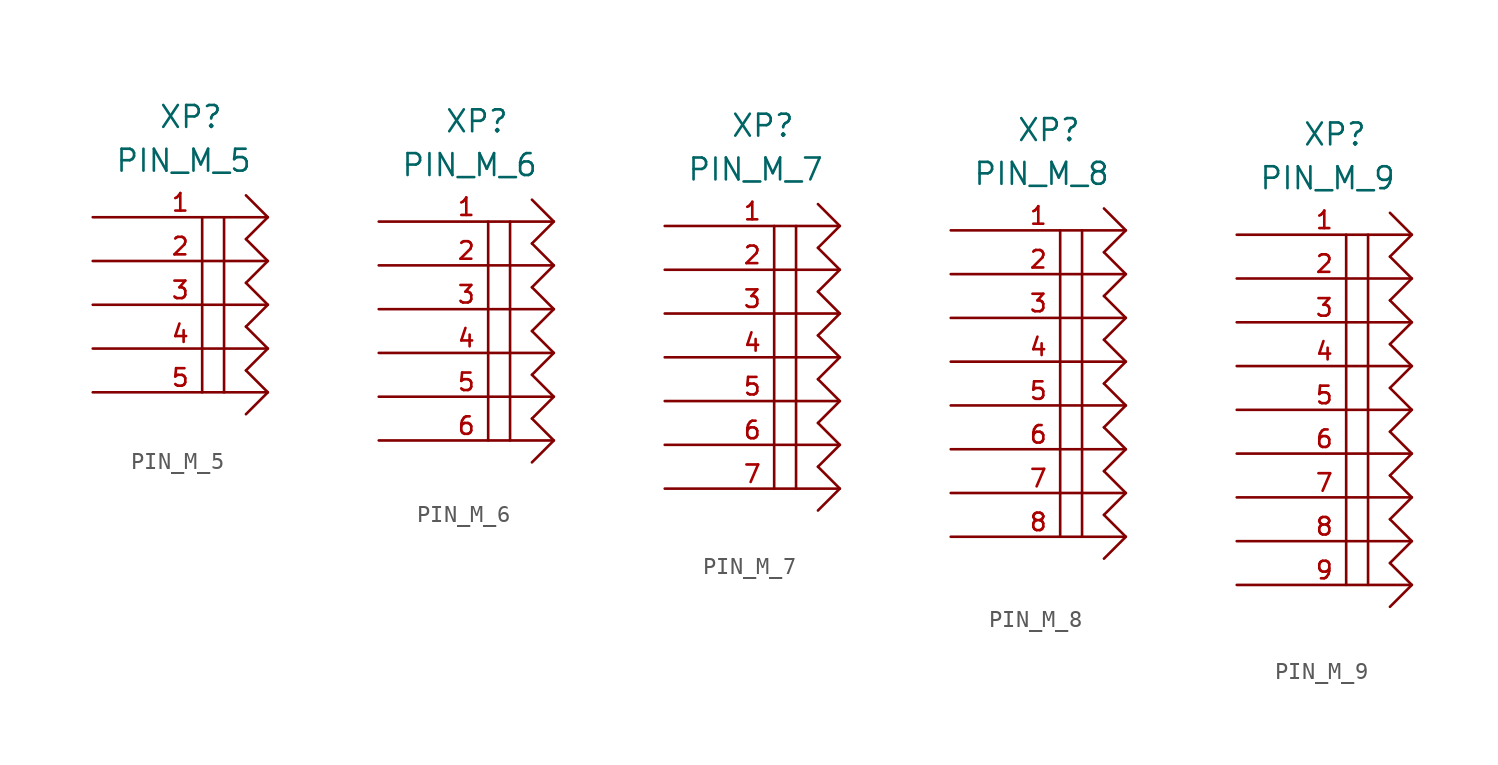
<source format=kicad_sym>
(kicad_symbol_lib
  (version 20211014)
  (generator kicad_symbol_editor)
  (symbol "PIN_M_5"
    (pin_names
      (offset 1.016))
    (property "Reference" "XP"
      (at 3.81 5.08 0)
      (effects (font (size 1.27 1.27)) (justify left bottom)))
    (property "Value" "PIN_M_5"
      (at 1.27 2.54 0)
      (effects (font (size 1.27 1.27)) (justify left bottom)))
    (property "Datasheet" ""
      (at 0 0 0)
      (effects (font (size 1.524 1.524))))
    (property "ki_locked" ""
      (at 0 0 0)
      (effects (font (size 1.27 1.27))))
    (symbol "PIN_M_5_0_1"
      (polyline (pts (xy 6.35 0) (xy 6.35 -10.16)) (stroke (width 0) (type default) (color 0 0 0 0)) (fill (type none)))
      (polyline (pts (xy 7.62 0) (xy 7.62 -10.16) (xy 7.62 -10.16)) (stroke (width 0) (type default) (color 0 0 0 0)) (fill (type none)))
      (polyline (pts (xy 8.89 -8.89) (xy 10.16 -10.16) (xy 8.89 -11.43)) (stroke (width 0) (type default) (color 0 0 0 0)) (fill (type none)))
      (polyline (pts (xy 8.89 -6.35) (xy 10.16 -7.62) (xy 8.89 -8.89)) (stroke (width 0) (type default) (color 0 0 0 0)) (fill (type none)))
      (polyline (pts (xy 8.89 -3.81) (xy 10.16 -5.08) (xy 8.89 -6.35)) (stroke (width 0) (type default) (color 0 0 0 0)) (fill (type none)))
      (polyline (pts (xy 8.89 -1.27) (xy 10.16 -2.54) (xy 8.89 -3.81)) (stroke (width 0) (type default) (color 0 0 0 0)) (fill (type none)))
      (polyline (pts (xy 8.89 1.27) (xy 10.16 0) (xy 8.89 -1.27)) (stroke (width 0) (type default) (color 0 0 0 0)) (fill (type none))))
    (symbol "PIN_M_5_1_1"
      (pin passive line (at 0 0 0) (length 10.16) (name "~" (effects (font (size 1.016 1.016)))) (number "1" (effects (font (size 1.016 1.016)))))
      (pin passive line (at 0 -2.54 0) (length 10.16) (name "~" (effects (font (size 1.016 1.016)))) (number "2" (effects (font (size 1.016 1.016)))))
      (pin passive line (at 0 -5.08 0) (length 10.16) (name "~" (effects (font (size 1.016 1.016)))) (number "3" (effects (font (size 1.016 1.016)))))
      (pin passive line (at 0 -7.62 0) (length 10.16) (name "~" (effects (font (size 1.016 1.016)))) (number "4" (effects (font (size 1.016 1.016)))))
      (pin passive line (at 0 -10.16 0) (length 10.16) (name "~" (effects (font (size 1.016 1.016)))) (number "5" (effects (font (size 1.016 1.016)))))))
  (symbol "PIN_M_6"
    (pin_names
      (offset 1.016))
    (property "Reference" "XP"
      (at 3.81 5.08 0)
      (effects (font (size 1.27 1.27)) (justify left bottom)))
    (property "Value" "PIN_M_6"
      (at 1.27 2.54 0)
      (effects (font (size 1.27 1.27)) (justify left bottom)))
    (property "Datasheet" ""
      (at 0 0 0)
      (effects (font (size 1.524 1.524))))
    (property "ki_locked" ""
      (at 0 0 0)
      (effects (font (size 1.27 1.27))))
    (symbol "PIN_M_6_0_1"
      (polyline (pts (xy 6.35 0) (xy 6.35 -12.7)) (stroke (width 0) (type default) (color 0 0 0 0)) (fill (type none)))
      (polyline (pts (xy 7.62 0) (xy 7.62 -12.7)) (stroke (width 0) (type default) (color 0 0 0 0)) (fill (type none)))
      (polyline (pts (xy 8.89 -11.43) (xy 10.16 -12.7) (xy 8.89 -13.97)) (stroke (width 0) (type default) (color 0 0 0 0)) (fill (type none)))
      (polyline (pts (xy 8.89 -8.89) (xy 10.16 -10.16) (xy 8.89 -11.43)) (stroke (width 0) (type default) (color 0 0 0 0)) (fill (type none)))
      (polyline (pts (xy 8.89 -6.35) (xy 10.16 -7.62) (xy 8.89 -8.89)) (stroke (width 0) (type default) (color 0 0 0 0)) (fill (type none)))
      (polyline (pts (xy 8.89 -3.81) (xy 10.16 -5.08) (xy 8.89 -6.35)) (stroke (width 0) (type default) (color 0 0 0 0)) (fill (type none)))
      (polyline (pts (xy 8.89 -1.27) (xy 10.16 -2.54) (xy 8.89 -3.81)) (stroke (width 0) (type default) (color 0 0 0 0)) (fill (type none)))
      (polyline (pts (xy 8.89 1.27) (xy 10.16 0) (xy 8.89 -1.27)) (stroke (width 0) (type default) (color 0 0 0 0)) (fill (type none))))
    (symbol "PIN_M_6_1_1"
      (pin passive line (at 0 0 0) (length 10.16) (name "~" (effects (font (size 1.016 1.016)))) (number "1" (effects (font (size 1.016 1.016)))))
      (pin passive line (at 0 -2.54 0) (length 10.16) (name "~" (effects (font (size 1.016 1.016)))) (number "2" (effects (font (size 1.016 1.016)))))
      (pin passive line (at 0 -5.08 0) (length 10.16) (name "~" (effects (font (size 1.016 1.016)))) (number "3" (effects (font (size 1.016 1.016)))))
      (pin passive line (at 0 -7.62 0) (length 10.16) (name "~" (effects (font (size 1.016 1.016)))) (number "4" (effects (font (size 1.016 1.016)))))
      (pin passive line (at 0 -10.16 0) (length 10.16) (name "~" (effects (font (size 1.016 1.016)))) (number "5" (effects (font (size 1.016 1.016)))))
      (pin passive line (at 0 -12.7 0) (length 10.16) (name "~" (effects (font (size 1.016 1.016)))) (number "6" (effects (font (size 1.016 1.016)))))))
  (symbol "PIN_M_7"
    (pin_names
      (offset 1.016))
    (property "Reference" "XP"
      (at 3.81 5.08 0)
      (effects (font (size 1.27 1.27)) (justify left bottom)))
    (property "Value" "PIN_M_7"
      (at 1.27 2.54 0)
      (effects (font (size 1.27 1.27)) (justify left bottom)))
    (property "Datasheet" ""
      (at 0 0 0)
      (effects (font (size 1.524 1.524))))
    (property "ki_locked" ""
      (at 0 0 0)
      (effects (font (size 1.27 1.27))))
    (symbol "PIN_M_7_0_1"
      (polyline (pts (xy 6.35 0) (xy 6.35 -15.24)) (stroke (width 0) (type default) (color 0 0 0 0)) (fill (type none)))
      (polyline (pts (xy 7.62 0) (xy 7.62 -15.24)) (stroke (width 0) (type default) (color 0 0 0 0)) (fill (type none)))
      (polyline (pts (xy 8.89 -13.97) (xy 10.16 -15.24) (xy 8.89 -16.51)) (stroke (width 0) (type default) (color 0 0 0 0)) (fill (type none)))
      (polyline (pts (xy 8.89 -11.43) (xy 10.16 -12.7) (xy 8.89 -13.97)) (stroke (width 0) (type default) (color 0 0 0 0)) (fill (type none)))
      (polyline (pts (xy 8.89 -8.89) (xy 10.16 -10.16) (xy 8.89 -11.43)) (stroke (width 0) (type default) (color 0 0 0 0)) (fill (type none)))
      (polyline (pts (xy 8.89 -6.35) (xy 10.16 -7.62) (xy 8.89 -8.89)) (stroke (width 0) (type default) (color 0 0 0 0)) (fill (type none)))
      (polyline (pts (xy 8.89 -3.81) (xy 10.16 -5.08) (xy 8.89 -6.35)) (stroke (width 0) (type default) (color 0 0 0 0)) (fill (type none)))
      (polyline (pts (xy 8.89 -1.27) (xy 10.16 -2.54) (xy 8.89 -3.81)) (stroke (width 0) (type default) (color 0 0 0 0)) (fill (type none)))
      (polyline (pts (xy 8.89 1.27) (xy 10.16 0) (xy 8.89 -1.27)) (stroke (width 0) (type default) (color 0 0 0 0)) (fill (type none))))
    (symbol "PIN_M_7_1_1"
      (pin passive line (at 0 0 0) (length 10.16) (name "~" (effects (font (size 1.016 1.016)))) (number "1" (effects (font (size 1.016 1.016)))))
      (pin passive line (at 0 -2.54 0) (length 10.16) (name "~" (effects (font (size 1.016 1.016)))) (number "2" (effects (font (size 1.016 1.016)))))
      (pin passive line (at 0 -5.08 0) (length 10.16) (name "~" (effects (font (size 1.016 1.016)))) (number "3" (effects (font (size 1.016 1.016)))))
      (pin passive line (at 0 -7.62 0) (length 10.16) (name "~" (effects (font (size 1.016 1.016)))) (number "4" (effects (font (size 1.016 1.016)))))
      (pin passive line (at 0 -10.16 0) (length 10.16) (name "~" (effects (font (size 1.016 1.016)))) (number "5" (effects (font (size 1.016 1.016)))))
      (pin passive line (at 0 -12.7 0) (length 10.16) (name "~" (effects (font (size 1.016 1.016)))) (number "6" (effects (font (size 1.016 1.016)))))
      (pin passive line (at 0 -15.24 0) (length 10.16) (name "~" (effects (font (size 1.016 1.016)))) (number "7" (effects (font (size 1.016 1.016)))))))
  (symbol "PIN_M_8"
    (pin_names
      (offset 1.016))
    (property "Reference" "XP"
      (at 3.81 5.08 0)
      (effects (font (size 1.27 1.27)) (justify left bottom)))
    (property "Value" "PIN_M_8"
      (at 1.27 2.54 0)
      (effects (font (size 1.27 1.27)) (justify left bottom)))
    (property "Datasheet" ""
      (at 0 0 0)
      (effects (font (size 1.524 1.524))))
    (property "ki_locked" ""
      (at 0 0 0)
      (effects (font (size 1.27 1.27))))
    (symbol "PIN_M_8_0_1"
      (polyline (pts (xy 6.35 0) (xy 6.35 -17.78)) (stroke (width 0) (type default) (color 0 0 0 0)) (fill (type none)))
      (polyline (pts (xy 7.62 -17.78) (xy 7.62 0)) (stroke (width 0) (type default) (color 0 0 0 0)) (fill (type none)))
      (polyline (pts (xy 8.89 -16.51) (xy 10.16 -17.78) (xy 8.89 -19.05)) (stroke (width 0) (type default) (color 0 0 0 0)) (fill (type none)))
      (polyline (pts (xy 8.89 -13.97) (xy 10.16 -15.24) (xy 8.89 -16.51)) (stroke (width 0) (type default) (color 0 0 0 0)) (fill (type none)))
      (polyline (pts (xy 8.89 -11.43) (xy 10.16 -12.7) (xy 8.89 -13.97)) (stroke (width 0) (type default) (color 0 0 0 0)) (fill (type none)))
      (polyline (pts (xy 8.89 -8.89) (xy 10.16 -10.16) (xy 8.89 -11.43)) (stroke (width 0) (type default) (color 0 0 0 0)) (fill (type none)))
      (polyline (pts (xy 8.89 -6.35) (xy 10.16 -7.62) (xy 8.89 -8.89)) (stroke (width 0) (type default) (color 0 0 0 0)) (fill (type none)))
      (polyline (pts (xy 8.89 -3.81) (xy 10.16 -5.08) (xy 8.89 -6.35)) (stroke (width 0) (type default) (color 0 0 0 0)) (fill (type none)))
      (polyline (pts (xy 8.89 -1.27) (xy 10.16 -2.54) (xy 8.89 -3.81)) (stroke (width 0) (type default) (color 0 0 0 0)) (fill (type none)))
      (polyline (pts (xy 8.89 1.27) (xy 10.16 0) (xy 8.89 -1.27)) (stroke (width 0) (type default) (color 0 0 0 0)) (fill (type none))))
    (symbol "PIN_M_8_1_1"
      (pin passive line (at 0 0 0) (length 10.16) (name "~" (effects (font (size 1.016 1.016)))) (number "1" (effects (font (size 1.016 1.016)))))
      (pin passive line (at 0 -2.54 0) (length 10.16) (name "~" (effects (font (size 1.016 1.016)))) (number "2" (effects (font (size 1.016 1.016)))))
      (pin passive line (at 0 -5.08 0) (length 10.16) (name "~" (effects (font (size 1.016 1.016)))) (number "3" (effects (font (size 1.016 1.016)))))
      (pin passive line (at 0 -7.62 0) (length 10.16) (name "~" (effects (font (size 1.016 1.016)))) (number "4" (effects (font (size 1.016 1.016)))))
      (pin passive line (at 0 -10.16 0) (length 10.16) (name "~" (effects (font (size 1.016 1.016)))) (number "5" (effects (font (size 1.016 1.016)))))
      (pin passive line (at 0 -12.7 0) (length 10.16) (name "~" (effects (font (size 1.016 1.016)))) (number "6" (effects (font (size 1.016 1.016)))))
      (pin passive line (at 0 -15.24 0) (length 10.16) (name "~" (effects (font (size 1.016 1.016)))) (number "7" (effects (font (size 1.016 1.016)))))
      (pin passive line (at 0 -17.78 0) (length 10.16) (name "~" (effects (font (size 1.016 1.016)))) (number "8" (effects (font (size 1.016 1.016)))))))
  (symbol "PIN_M_9"
    (pin_names
      (offset 1.016))
    (property "Reference" "XP"
      (at 3.81 5.08 0)
      (effects (font (size 1.27 1.27)) (justify left bottom)))
    (property "Value" "PIN_M_9"
      (at 1.27 2.54 0)
      (effects (font (size 1.27 1.27)) (justify left bottom)))
    (property "Datasheet" ""
      (at 0 0 0)
      (effects (font (size 1.524 1.524))))
    (property "ki_locked" ""
      (at 0 0 0)
      (effects (font (size 1.27 1.27))))
    (symbol "PIN_M_9_0_1"
      (polyline (pts (xy 6.35 -20.32) (xy 6.35 0)) (stroke (width 0) (type default) (color 0 0 0 0)) (fill (type none)))
      (polyline (pts (xy 7.62 0) (xy 7.62 -20.32)) (stroke (width 0) (type default) (color 0 0 0 0)) (fill (type none)))
      (polyline (pts (xy 8.89 -19.05) (xy 10.16 -20.32) (xy 8.89 -21.59)) (stroke (width 0) (type default) (color 0 0 0 0)) (fill (type none)))
      (polyline (pts (xy 8.89 -16.51) (xy 10.16 -17.78) (xy 8.89 -19.05)) (stroke (width 0) (type default) (color 0 0 0 0)) (fill (type none)))
      (polyline (pts (xy 8.89 -13.97) (xy 10.16 -15.24) (xy 8.89 -16.51)) (stroke (width 0) (type default) (color 0 0 0 0)) (fill (type none)))
      (polyline (pts (xy 8.89 -11.43) (xy 10.16 -12.7) (xy 8.89 -13.97)) (stroke (width 0) (type default) (color 0 0 0 0)) (fill (type none)))
      (polyline (pts (xy 8.89 -8.89) (xy 10.16 -10.16) (xy 8.89 -11.43)) (stroke (width 0) (type default) (color 0 0 0 0)) (fill (type none)))
      (polyline (pts (xy 8.89 -6.35) (xy 10.16 -7.62) (xy 8.89 -8.89)) (stroke (width 0) (type default) (color 0 0 0 0)) (fill (type none)))
      (polyline (pts (xy 8.89 -3.81) (xy 10.16 -5.08) (xy 8.89 -6.35)) (stroke (width 0) (type default) (color 0 0 0 0)) (fill (type none)))
      (polyline (pts (xy 8.89 -1.27) (xy 10.16 -2.54) (xy 8.89 -3.81)) (stroke (width 0) (type default) (color 0 0 0 0)) (fill (type none)))
      (polyline (pts (xy 8.89 1.27) (xy 10.16 0) (xy 8.89 -1.27)) (stroke (width 0) (type default) (color 0 0 0 0)) (fill (type none))))
    (symbol "PIN_M_9_1_1"
      (pin passive line (at 0 0 0) (length 10.16) (name "~" (effects (font (size 1.016 1.016)))) (number "1" (effects (font (size 1.016 1.016)))))
      (pin passive line (at 0 -2.54 0) (length 10.16) (name "~" (effects (font (size 1.016 1.016)))) (number "2" (effects (font (size 1.016 1.016)))))
      (pin passive line (at 0 -5.08 0) (length 10.16) (name "~" (effects (font (size 1.016 1.016)))) (number "3" (effects (font (size 1.016 1.016)))))
      (pin passive line (at 0 -7.62 0) (length 10.16) (name "~" (effects (font (size 1.016 1.016)))) (number "4" (effects (font (size 1.016 1.016)))))
      (pin passive line (at 0 -10.16 0) (length 10.16) (name "~" (effects (font (size 1.016 1.016)))) (number "5" (effects (font (size 1.016 1.016)))))
      (pin passive line (at 0 -12.7 0) (length 10.16) (name "~" (effects (font (size 1.016 1.016)))) (number "6" (effects (font (size 1.016 1.016)))))
      (pin passive line (at 0 -15.24 0) (length 10.16) (name "~" (effects (font (size 1.016 1.016)))) (number "7" (effects (font (size 1.016 1.016)))))
      (pin passive line (at 0 -17.78 0) (length 10.16) (name "~" (effects (font (size 1.016 1.016)))) (number "8" (effects (font (size 1.016 1.016)))))
      (pin passive line (at 0 -20.32 0) (length 10.16) (name "~" (effects (font (size 1.016 1.016)))) (number "9" (effects (font (size 1.016 1.016))))))))
</source>
